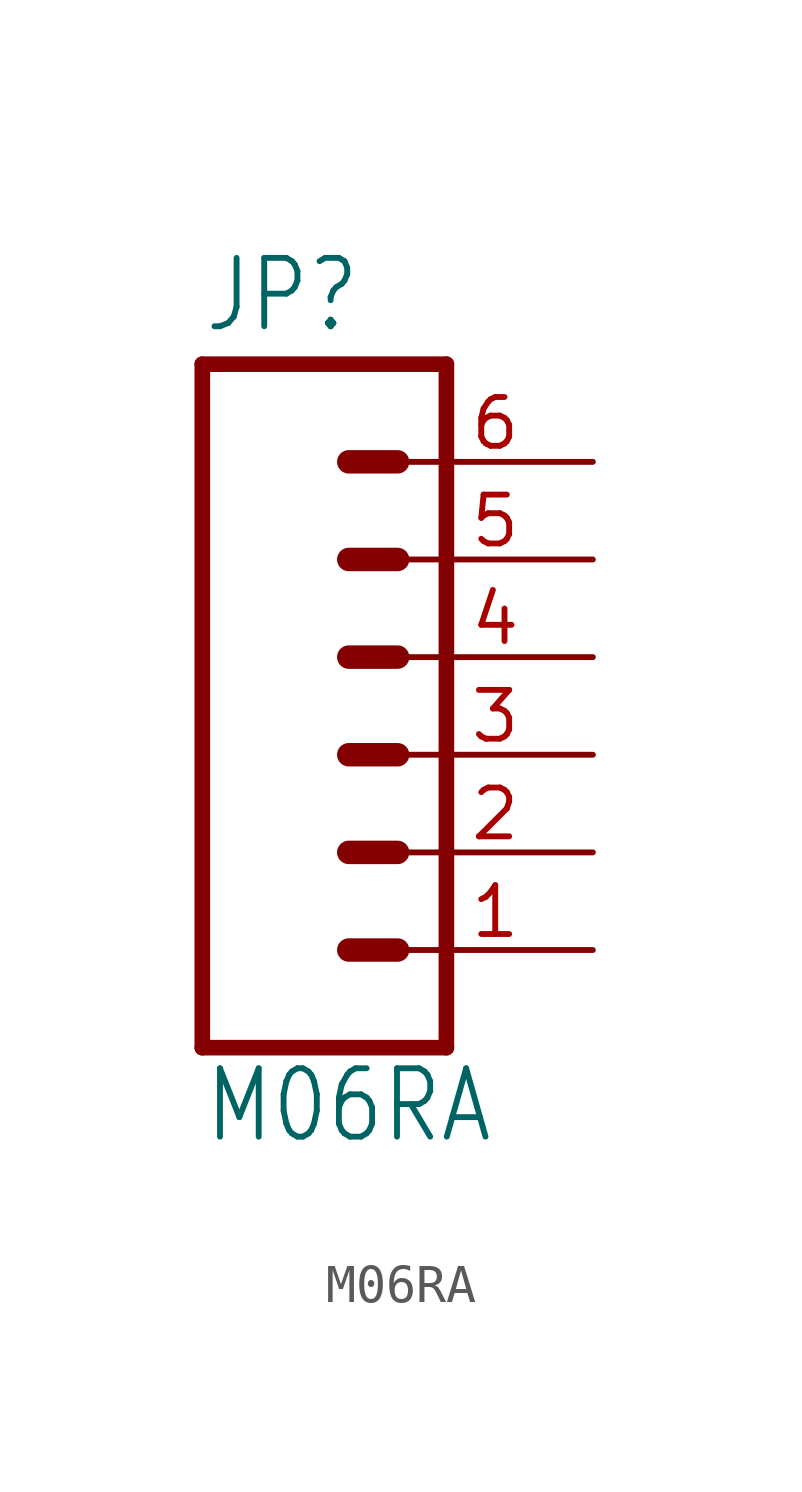
<source format=kicad_sym>
(kicad_symbol_lib
  (version 20201005)
  (generator kicad_symbol_editor)
  (symbol "M06RA"
    (property "Reference" "JP"
      (at -5.08 10.922 0)
      (effects (font (size 1.778 1.511)) (justify left bottom)))
    (property "Value" "M06RA"
      (at -5.08 -10.16 0)
      (effects (font (size 1.778 1.511)) (justify left bottom)))
    (property "ki_locked" ""
      (at 0 0 0)
      (effects (font (size 1.27 1.27))))
    (symbol "M06RA_1_0"
      (polyline (pts (xy 1.27 -7.62) (xy -5.08 -7.62)) (stroke (width 0.406)) (fill (type none)))
      (polyline (pts (xy -1.27 0) (xy 0 0)) (stroke (width 0.61)) (fill (type none)))
      (polyline (pts (xy -1.27 -2.54) (xy 0 -2.54)) (stroke (width 0.61)) (fill (type none)))
      (polyline (pts (xy -1.27 -5.08) (xy 0 -5.08)) (stroke (width 0.61)) (fill (type none)))
      (polyline (pts (xy -5.08 10.16) (xy -5.08 -7.62)) (stroke (width 0.406)) (fill (type none)))
      (polyline (pts (xy 1.27 -7.62) (xy 1.27 10.16)) (stroke (width 0.406)) (fill (type none)))
      (polyline (pts (xy -5.08 10.16) (xy 1.27 10.16)) (stroke (width 0.406)) (fill (type none)))
      (polyline (pts (xy -1.27 5.08) (xy 0 5.08)) (stroke (width 0.61)) (fill (type none)))
      (polyline (pts (xy -1.27 2.54) (xy 0 2.54)) (stroke (width 0.61)) (fill (type none)))
      (polyline (pts (xy -1.27 7.62) (xy 0 7.62)) (stroke (width 0.61)) (fill (type none)))
      (pin passive line (at 5.08 -5.08 180) (length 5.08) (name "1" (effects (font (size 0 0)))) (number "1" (effects (font (size 1.27 1.27)))))
      (pin passive line (at 5.08 -2.54 180) (length 5.08) (name "2" (effects (font (size 0 0)))) (number "2" (effects (font (size 1.27 1.27)))))
      (pin passive line (at 5.08 0 180) (length 5.08) (name "3" (effects (font (size 0 0)))) (number "3" (effects (font (size 1.27 1.27)))))
      (pin passive line (at 5.08 2.54 180) (length 5.08) (name "4" (effects (font (size 0 0)))) (number "4" (effects (font (size 1.27 1.27)))))
      (pin passive line (at 5.08 5.08 180) (length 5.08) (name "5" (effects (font (size 0 0)))) (number "5" (effects (font (size 1.27 1.27)))))
      (pin passive line (at 5.08 7.62 180) (length 5.08) (name "6" (effects (font (size 0 0)))) (number "6" (effects (font (size 1.27 1.27))))))))
</source>
